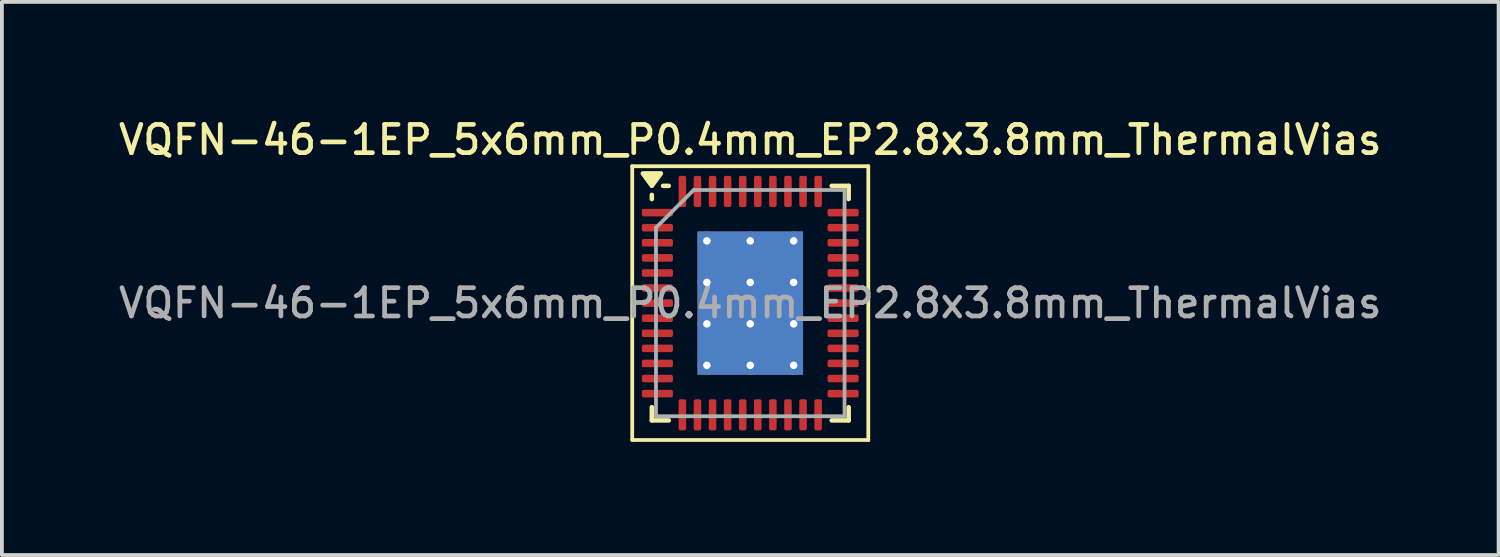
<source format=kicad_pcb>
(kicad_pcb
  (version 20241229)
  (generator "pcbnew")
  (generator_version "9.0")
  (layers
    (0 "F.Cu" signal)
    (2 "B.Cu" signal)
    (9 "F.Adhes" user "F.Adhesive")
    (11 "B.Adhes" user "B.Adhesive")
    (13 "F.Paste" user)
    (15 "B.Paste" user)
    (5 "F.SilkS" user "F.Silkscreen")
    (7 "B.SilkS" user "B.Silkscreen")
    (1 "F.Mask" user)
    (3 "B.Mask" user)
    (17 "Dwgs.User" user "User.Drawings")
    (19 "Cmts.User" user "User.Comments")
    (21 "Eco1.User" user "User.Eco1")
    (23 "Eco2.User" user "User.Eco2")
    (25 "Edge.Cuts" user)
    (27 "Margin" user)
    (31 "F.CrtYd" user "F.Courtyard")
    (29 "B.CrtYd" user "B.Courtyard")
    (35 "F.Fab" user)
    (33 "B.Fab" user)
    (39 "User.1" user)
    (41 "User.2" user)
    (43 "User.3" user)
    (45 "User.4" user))
  (footprint "VQFN-46-1EP_5x6mm_P0.4mm_EP2.8x3.8mm_ThermalVias"
    (layer "F.Cu")
    (at 16.845 4.988)
    (property "Reference" "VQFN-46-1EP_5x6mm_P0.4mm_EP2.8x3.8mm_ThermalVias" (at 0 -4.33 0) (layer "F.SilkS") (effects (font (size 0.75 0.75) (thickness 0.125))))
    (attr smd)
    (fp_line (start -3.13 -3.63) (end -3.13 3.63) (stroke (width 0.1) (type solid)) (layer "F.SilkS"))
    (fp_line (start -3.13 3.63) (end 3.13 3.63) (stroke (width 0.1) (type solid)) (layer "F.SilkS"))
    (fp_line (start -2.61 -2.76) (end -2.61 -2.87) (stroke (width 0.12) (type solid)) (layer "F.SilkS"))
    (fp_line (start -2.61 3.11) (end -2.61 2.76) (stroke (width 0.12) (type solid)) (layer "F.SilkS"))
    (fp_line (start -2.16 -3.11) (end -2.31 -3.11) (stroke (width 0.12) (type solid)) (layer "F.SilkS"))
    (fp_line (start -2.16 3.11) (end -2.61 3.11) (stroke (width 0.12) (type solid)) (layer "F.SilkS"))
    (fp_line (start 2.16 -3.11) (end 2.61 -3.11) (stroke (width 0.12) (type solid)) (layer "F.SilkS"))
    (fp_line (start 2.16 3.11) (end 2.61 3.11) (stroke (width 0.12) (type solid)) (layer "F.SilkS"))
    (fp_line (start 2.61 -3.11) (end 2.61 -2.76) (stroke (width 0.12) (type solid)) (layer "F.SilkS"))
    (fp_line (start 2.61 3.11) (end 2.61 2.76) (stroke (width 0.12) (type solid)) (layer "F.SilkS"))
    (fp_line (start 3.13 -3.63) (end -3.13 -3.63) (stroke (width 0.1) (type solid)) (layer "F.SilkS"))
    (fp_line (start 3.13 3.63) (end 3.13 -3.63) (stroke (width 0.1) (type solid)) (layer "F.SilkS"))
    (fp_poly (pts (xy -2.61 -3.11) (xy -2.85 -3.44) (xy -2.37 -3.44) (xy -2.61 -3.11)) (stroke (width 0.12) (type solid)) (fill yes) (layer "F.SilkS"))
    (fp_line (start -2.5 -2) (end -1.5 -3) (stroke (width 0.1) (type solid)) (layer "F.Fab"))
    (fp_line (start -2.5 3) (end -2.5 -2) (stroke (width 0.1) (type solid)) (layer "F.Fab"))
    (fp_line (start -1.5 -3) (end 2.5 -3) (stroke (width 0.1) (type solid)) (layer "F.Fab"))
    (fp_line (start 2.5 -3) (end 2.5 3) (stroke (width 0.1) (type solid)) (layer "F.Fab"))
    (fp_line (start 2.5 3) (end -2.5 3) (stroke (width 0.1) (type solid)) (layer "F.Fab"))
    (fp_text user "${REFERENCE}" (at 0 0 0) (layer "F.Fab") (effects (font (size 0.75 0.75) (thickness 0.125))))
    (pad "" smd roundrect (at -0.7 -1.27) (size 1.21 1.1) (layers "F.Paste") (roundrect_rratio 0.227))
    (pad "" smd roundrect (at -0.7 0) (size 1.21 1.1) (layers "F.Paste") (roundrect_rratio 0.227))
    (pad "" smd roundrect (at -0.7 1.27) (size 1.21 1.1) (layers "F.Paste") (roundrect_rratio 0.227))
    (pad "" smd roundrect (at 0.7 -1.27) (size 1.21 1.1) (layers "F.Paste") (roundrect_rratio 0.227))
    (pad "" smd roundrect (at 0.7 0) (size 1.21 1.1) (layers "F.Paste") (roundrect_rratio 0.227))
    (pad "" smd roundrect (at 0.7 1.27) (size 1.21 1.1) (layers "F.Paste") (roundrect_rratio 0.227))
    (pad "1" smd roundrect (at -2.462 -2.4) (size 0.825 0.2) (layers "F.Cu" "F.Mask" "F.Paste") (roundrect_rratio 0.25))
    (pad "2" smd roundrect (at -2.462 -2) (size 0.825 0.2) (layers "F.Cu" "F.Mask" "F.Paste") (roundrect_rratio 0.25))
    (pad "3" smd roundrect (at -2.462 -1.6) (size 0.825 0.2) (layers "F.Cu" "F.Mask" "F.Paste") (roundrect_rratio 0.25))
    (pad "4" smd roundrect (at -2.462 -1.2) (size 0.825 0.2) (layers "F.Cu" "F.Mask" "F.Paste") (roundrect_rratio 0.25))
    (pad "5" smd roundrect (at -2.462 -0.8) (size 0.825 0.2) (layers "F.Cu" "F.Mask" "F.Paste") (roundrect_rratio 0.25))
    (pad "6" smd roundrect (at -2.462 -0.4) (size 0.825 0.2) (layers "F.Cu" "F.Mask" "F.Paste") (roundrect_rratio 0.25))
    (pad "7" smd roundrect (at -2.462 0) (size 0.825 0.2) (layers "F.Cu" "F.Mask" "F.Paste") (roundrect_rratio 0.25))
    (pad "8" smd roundrect (at -2.462 0.4) (size 0.825 0.2) (layers "F.Cu" "F.Mask" "F.Paste") (roundrect_rratio 0.25))
    (pad "9" smd roundrect (at -2.462 0.8) (size 0.825 0.2) (layers "F.Cu" "F.Mask" "F.Paste") (roundrect_rratio 0.25))
    (pad "10" smd roundrect (at -2.462 1.2) (size 0.825 0.2) (layers "F.Cu" "F.Mask" "F.Paste") (roundrect_rratio 0.25))
    (pad "11" smd roundrect (at -2.462 1.6) (size 0.825 0.2) (layers "F.Cu" "F.Mask" "F.Paste") (roundrect_rratio 0.25))
    (pad "12" smd roundrect (at -2.462 2) (size 0.825 0.2) (layers "F.Cu" "F.Mask" "F.Paste") (roundrect_rratio 0.25))
    (pad "13" smd roundrect (at -2.462 2.4) (size 0.825 0.2) (layers "F.Cu" "F.Mask" "F.Paste") (roundrect_rratio 0.25))
    (pad "14" smd roundrect (at -1.8 2.962) (size 0.2 0.825) (layers "F.Cu" "F.Mask" "F.Paste") (roundrect_rratio 0.25))
    (pad "15" smd roundrect (at -1.4 2.962) (size 0.2 0.825) (layers "F.Cu" "F.Mask" "F.Paste") (roundrect_rratio 0.25))
    (pad "16" smd roundrect (at -1 2.962) (size 0.2 0.825) (layers "F.Cu" "F.Mask" "F.Paste") (roundrect_rratio 0.25))
    (pad "17" smd roundrect (at -0.6 2.962) (size 0.2 0.825) (layers "F.Cu" "F.Mask" "F.Paste") (roundrect_rratio 0.25))
    (pad "18" smd roundrect (at -0.2 2.962) (size 0.2 0.825) (layers "F.Cu" "F.Mask" "F.Paste") (roundrect_rratio 0.25))
    (pad "19" smd roundrect (at 0.2 2.962) (size 0.2 0.825) (layers "F.Cu" "F.Mask" "F.Paste") (roundrect_rratio 0.25))
    (pad "20" smd roundrect (at 0.6 2.962) (size 0.2 0.825) (layers "F.Cu" "F.Mask" "F.Paste") (roundrect_rratio 0.25))
    (pad "21" smd roundrect (at 1 2.962) (size 0.2 0.825) (layers "F.Cu" "F.Mask" "F.Paste") (roundrect_rratio 0.25))
    (pad "22" smd roundrect (at 1.4 2.962) (size 0.2 0.825) (layers "F.Cu" "F.Mask" "F.Paste") (roundrect_rratio 0.25))
    (pad "23" smd roundrect (at 1.8 2.962) (size 0.2 0.825) (layers "F.Cu" "F.Mask" "F.Paste") (roundrect_rratio 0.25))
    (pad "24" smd roundrect (at 2.462 2.4) (size 0.825 0.2) (layers "F.Cu" "F.Mask" "F.Paste") (roundrect_rratio 0.25))
    (pad "25" smd roundrect (at 2.462 2) (size 0.825 0.2) (layers "F.Cu" "F.Mask" "F.Paste") (roundrect_rratio 0.25))
    (pad "26" smd roundrect (at 2.462 1.6) (size 0.825 0.2) (layers "F.Cu" "F.Mask" "F.Paste") (roundrect_rratio 0.25))
    (pad "27" smd roundrect (at 2.462 1.2) (size 0.825 0.2) (layers "F.Cu" "F.Mask" "F.Paste") (roundrect_rratio 0.25))
    (pad "28" smd roundrect (at 2.462 0.8) (size 0.825 0.2) (layers "F.Cu" "F.Mask" "F.Paste") (roundrect_rratio 0.25))
    (pad "29" smd roundrect (at 2.462 0.4) (size 0.825 0.2) (layers "F.Cu" "F.Mask" "F.Paste") (roundrect_rratio 0.25))
    (pad "30" smd roundrect (at 2.462 0) (size 0.825 0.2) (layers "F.Cu" "F.Mask" "F.Paste") (roundrect_rratio 0.25))
    (pad "31" smd roundrect (at 2.462 -0.4) (size 0.825 0.2) (layers "F.Cu" "F.Mask" "F.Paste") (roundrect_rratio 0.25))
    (pad "32" smd roundrect (at 2.462 -0.8) (size 0.825 0.2) (layers "F.Cu" "F.Mask" "F.Paste") (roundrect_rratio 0.25))
    (pad "33" smd roundrect (at 2.462 -1.2) (size 0.825 0.2) (layers "F.Cu" "F.Mask" "F.Paste") (roundrect_rratio 0.25))
    (pad "34" smd roundrect (at 2.462 -1.6) (size 0.825 0.2) (layers "F.Cu" "F.Mask" "F.Paste") (roundrect_rratio 0.25))
    (pad "35" smd roundrect (at 2.462 -2) (size 0.825 0.2) (layers "F.Cu" "F.Mask" "F.Paste") (roundrect_rratio 0.25))
    (pad "36" smd roundrect (at 2.462 -2.4) (size 0.825 0.2) (layers "F.Cu" "F.Mask" "F.Paste") (roundrect_rratio 0.25))
    (pad "37" smd roundrect (at 1.8 -2.962) (size 0.2 0.825) (layers "F.Cu" "F.Mask" "F.Paste") (roundrect_rratio 0.25))
    (pad "38" smd roundrect (at 1.4 -2.962) (size 0.2 0.825) (layers "F.Cu" "F.Mask" "F.Paste") (roundrect_rratio 0.25))
    (pad "39" smd roundrect (at 1 -2.962) (size 0.2 0.825) (layers "F.Cu" "F.Mask" "F.Paste") (roundrect_rratio 0.25))
    (pad "40" smd roundrect (at 0.6 -2.962) (size 0.2 0.825) (layers "F.Cu" "F.Mask" "F.Paste") (roundrect_rratio 0.25))
    (pad "41" smd roundrect (at 0.2 -2.962) (size 0.2 0.825) (layers "F.Cu" "F.Mask" "F.Paste") (roundrect_rratio 0.25))
    (pad "42" smd roundrect (at -0.2 -2.962) (size 0.2 0.825) (layers "F.Cu" "F.Mask" "F.Paste") (roundrect_rratio 0.25))
    (pad "43" smd roundrect (at -0.6 -2.962) (size 0.2 0.825) (layers "F.Cu" "F.Mask" "F.Paste") (roundrect_rratio 0.25))
    (pad "44" smd roundrect (at -1 -2.962) (size 0.2 0.825) (layers "F.Cu" "F.Mask" "F.Paste") (roundrect_rratio 0.25))
    (pad "45" smd roundrect (at -1.4 -2.962) (size 0.2 0.825) (layers "F.Cu" "F.Mask" "F.Paste") (roundrect_rratio 0.25))
    (pad "46" smd roundrect (at -1.8 -2.962) (size 0.2 0.825) (layers "F.Cu" "F.Mask" "F.Paste") (roundrect_rratio 0.25))
    (pad "47" thru_hole circle (at -1.15 -1.65) (size 0.5 0.5) (drill 0.2) (property pad_prop_heatsink) (layers "*.Cu"))
    (pad "47" thru_hole circle (at -1.15 -0.55) (size 0.5 0.5) (drill 0.2) (property pad_prop_heatsink) (layers "*.Cu"))
    (pad "47" thru_hole circle (at -1.15 0.55) (size 0.5 0.5) (drill 0.2) (property pad_prop_heatsink) (layers "*.Cu"))
    (pad "47" thru_hole circle (at -1.15 1.65) (size 0.5 0.5) (drill 0.2) (property pad_prop_heatsink) (layers "*.Cu"))
    (pad "47" thru_hole circle (at 0 -1.65) (size 0.5 0.5) (drill 0.2) (property pad_prop_heatsink) (layers "*.Cu"))
    (pad "47" thru_hole circle (at 0 -0.55) (size 0.5 0.5) (drill 0.2) (property pad_prop_heatsink) (layers "*.Cu"))
    (pad "47" smd rect (at 0 0) (size 2.8 3.8) (property pad_prop_heatsink) (layers "F.Cu" "F.Mask"))
    (pad "47" smd rect (at 0 0) (size 2.8 3.8) (property pad_prop_heatsink) (layers "B.Cu"))
    (pad "47" thru_hole circle (at 0 0.55) (size 0.5 0.5) (drill 0.2) (property pad_prop_heatsink) (layers "*.Cu"))
    (pad "47" thru_hole circle (at 0 1.65) (size 0.5 0.5) (drill 0.2) (property pad_prop_heatsink) (layers "*.Cu"))
    (pad "47" thru_hole circle (at 1.15 -1.65) (size 0.5 0.5) (drill 0.2) (property pad_prop_heatsink) (layers "*.Cu"))
    (pad "47" thru_hole circle (at 1.15 -0.55) (size 0.5 0.5) (drill 0.2) (property pad_prop_heatsink) (layers "*.Cu"))
    (pad "47" thru_hole circle (at 1.15 0.55) (size 0.5 0.5) (drill 0.2) (property pad_prop_heatsink) (layers "*.Cu"))
    (pad "47" thru_hole circle (at 1.15 1.65) (size 0.5 0.5) (drill 0.2) (property pad_prop_heatsink) (layers "*.Cu")))
  (gr_rect
    (start -3 -3)
    (end 36.689 11.668)
    (stroke (width 0.1) (type default))
    (fill no)
    (layer "Edge.Cuts")))
</source>
